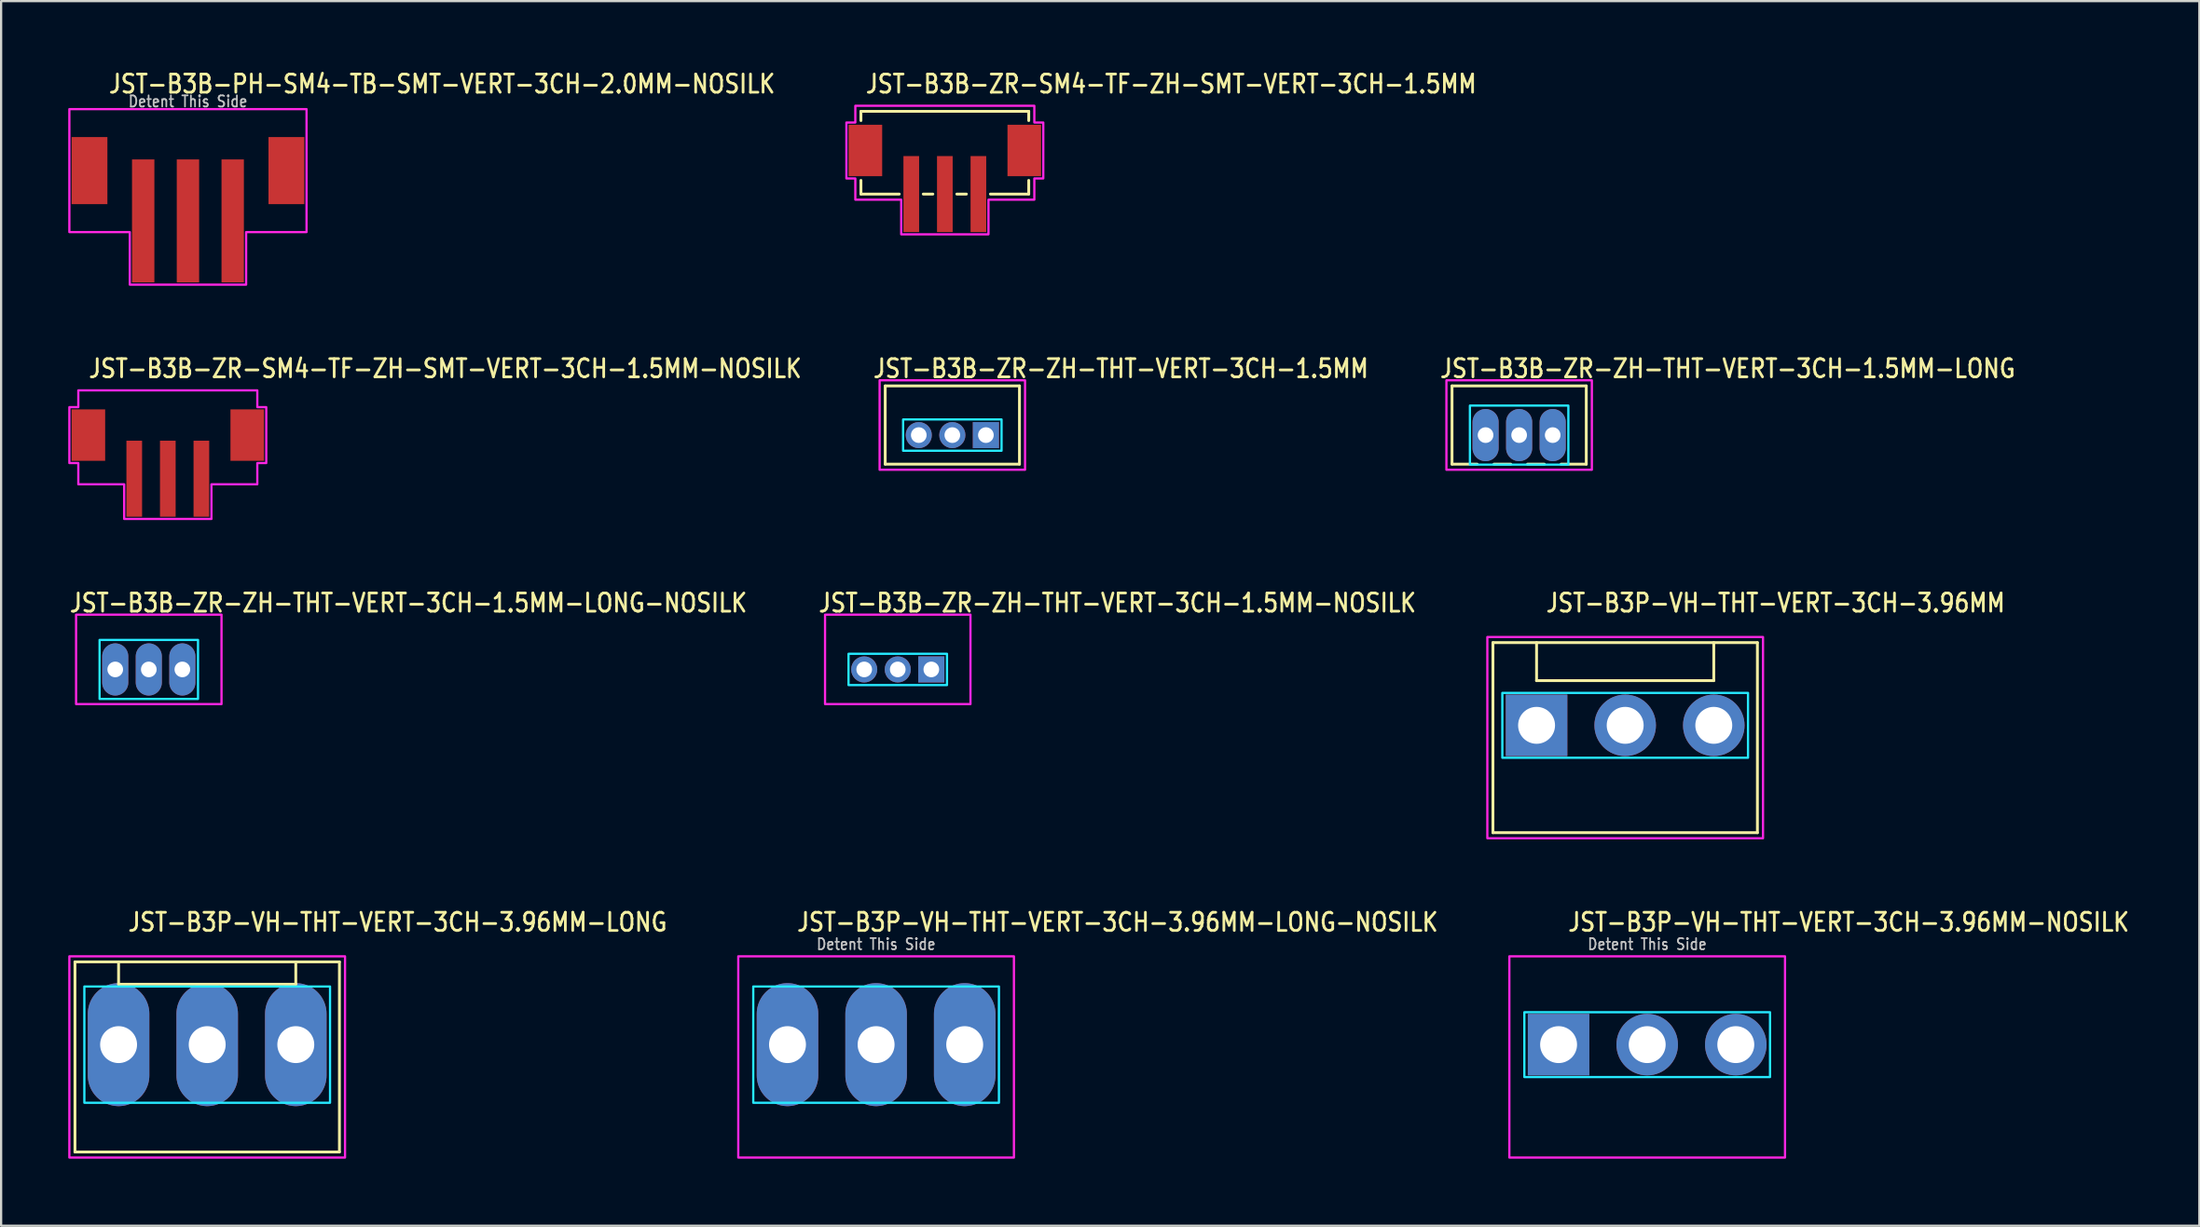
<source format=kicad_pcb>
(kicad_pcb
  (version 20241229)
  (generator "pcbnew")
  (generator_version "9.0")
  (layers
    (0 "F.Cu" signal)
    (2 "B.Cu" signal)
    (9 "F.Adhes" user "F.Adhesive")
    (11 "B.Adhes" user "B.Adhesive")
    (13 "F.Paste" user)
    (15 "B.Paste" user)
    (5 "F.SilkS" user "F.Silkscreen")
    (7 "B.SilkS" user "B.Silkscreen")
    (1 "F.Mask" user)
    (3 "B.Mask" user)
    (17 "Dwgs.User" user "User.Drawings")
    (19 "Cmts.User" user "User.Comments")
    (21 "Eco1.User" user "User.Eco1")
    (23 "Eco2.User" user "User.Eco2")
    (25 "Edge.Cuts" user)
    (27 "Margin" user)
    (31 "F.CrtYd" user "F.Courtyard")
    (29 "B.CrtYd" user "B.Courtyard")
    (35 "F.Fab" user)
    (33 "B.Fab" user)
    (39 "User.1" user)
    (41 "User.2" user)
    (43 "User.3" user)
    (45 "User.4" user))
  (footprint "JST-B3B-ZR-ZH-THT-VERT-3CH-1.5MM-LONG"
    (layer "F.Cu")
    (at 64.844 16.407)
    (property "Reference" "JST-B3B-ZR-ZH-THT-VERT-3CH-1.5MM-LONG" (at -3.6 -2.5 0) (unlocked yes) (layer "F.SilkS") (effects (font (size 0.813 0.695) (thickness 0.122)) (justify left bottom)))
    (fp_line (start -3 -2.2) (end 3 -2.2) (stroke (width 0.127) (type solid)) (layer "F.SilkS"))
    (fp_line (start -3 1.3) (end -3 -2.2) (stroke (width 0.127) (type solid)) (layer "F.SilkS"))
    (fp_line (start -3 1.3) (end -1.875 1.3) (stroke (width 0.127) (type solid)) (layer "F.SilkS"))
    (fp_line (start -1.125 1.3) (end -0.375 1.3) (stroke (width 0.127) (type solid)) (layer "F.SilkS"))
    (fp_line (start 0.375 1.3) (end 1.125 1.3) (stroke (width 0.127) (type solid)) (layer "F.SilkS"))
    (fp_line (start 1.875 1.3) (end 3 1.3) (stroke (width 0.127) (type solid)) (layer "F.SilkS"))
    (fp_line (start 3 -2.2) (end 3 1.3) (stroke (width 0.127) (type solid)) (layer "F.SilkS"))
    (fp_poly (pts (xy -2.2 -1.32) (xy -2.2 1.32) (xy 2.2 1.32) (xy 2.2 -1.32)) (stroke (width 0.1) (type solid)) (fill no) (layer "B.CrtYd"))
    (fp_poly (pts (xy -3.25 -2.45) (xy -3.25 1.55) (xy 3.25 1.55) (xy 3.25 -2.45)) (stroke (width 0.1) (type solid)) (fill no) (layer "F.CrtYd"))
    (pad "P$1" thru_hole oval (at 1.5 0 90) (size 2.333 1.167) (drill 0.7) (layers "*.Cu" "*.Mask"))
    (pad "P$2" thru_hole oval (at 0 0 90) (size 2.333 1.167) (drill 0.7) (layers "*.Cu" "*.Mask"))
    (pad "P$3" thru_hole oval (at -1.5 0 90) (size 2.333 1.167) (drill 0.7) (layers "*.Cu" "*.Mask")))
  (footprint "JST-B3B-ZR-ZH-THT-VERT-3CH-1.5MM-NOSILK"
    (layer "F.Cu")
    (at 37.073 26.886)
    (property "Reference" "JST-B3B-ZR-ZH-THT-VERT-3CH-1.5MM-NOSILK" (at -3.6 -2.5 0) (unlocked yes) (layer "F.SilkS") (effects (font (size 0.813 0.695) (thickness 0.122)) (justify left bottom)))
    (fp_poly (pts (xy -2.2 -0.7) (xy -2.2 0.7) (xy 2.2 0.7) (xy 2.2 -0.7)) (stroke (width 0.1) (type solid)) (fill no) (layer "B.CrtYd"))
    (fp_poly (pts (xy -3.25 -2.45) (xy -3.25 1.55) (xy 3.25 1.55) (xy 3.25 -2.45)) (stroke (width 0.1) (type solid)) (fill no) (layer "F.CrtYd"))
    (pad "1" thru_hole rect (at 1.5 0) (size 1.167 1.167) (drill 0.7) (layers "*.Cu" "*.Mask"))
    (pad "2" thru_hole oval (at 0 0) (size 1.167 1.167) (drill 0.7) (layers "*.Cu" "*.Mask"))
    (pad "3" thru_hole oval (at -1.5 0) (size 1.167 1.167) (drill 0.7) (layers "*.Cu" "*.Mask")))
  (footprint "JST-B3P-VH-THT-VERT-3CH-3.96MM-LONG-NOSILK"
    (layer "F.Cu")
    (at 36.105 43.664)
    (property "Reference" "JST-B3P-VH-THT-VERT-3CH-3.96MM-LONG-NOSILK" (at -3.6 -5 0) (unlocked yes) (layer "F.SilkS") (effects (font (size 0.813 0.695) (thickness 0.122)) (justify left bottom)))
    (fp_poly (pts (xy -5.49 -2.6) (xy -5.49 2.6) (xy 5.49 2.6) (xy 5.49 -2.6)) (stroke (width 0.1) (type solid)) (fill no) (layer "B.CrtYd"))
    (fp_poly (pts (xy -6.16 -3.95) (xy -6.16 5.05) (xy 6.16 5.05) (xy 6.16 -3.95)) (stroke (width 0.1) (type solid)) (fill no) (layer "F.CrtYd"))
    (fp_text user "Detent This Side" (at 0 -4.2 0) (unlocked yes) (layer "Dwgs.User") (effects (font (size 0.5 0.427) (thickness 0.075)) (justify bottom)))
    (pad "1" thru_hole oval (at -3.96 0 90) (size 5.5 2.75) (drill 1.65) (layers "*.Cu" "*.Mask"))
    (pad "2" thru_hole oval (at 0 0 90) (size 5.5 2.75) (drill 1.65) (layers "*.Cu" "*.Mask"))
    (pad "3" thru_hole oval (at 3.96 0 90) (size 5.5 2.75) (drill 1.65) (layers "*.Cu" "*.Mask")))
  (footprint "JST-B3P-VH-THT-VERT-3CH-3.96MM-NOSILK"
    (layer "F.Cu")
    (at 70.567 43.664)
    (property "Reference" "JST-B3P-VH-THT-VERT-3CH-3.96MM-NOSILK" (at -3.6 -5 0) (unlocked yes) (layer "F.SilkS") (effects (font (size 0.813 0.695) (thickness 0.122)) (justify left bottom)))
    (fp_poly (pts (xy -5.49 -1.45) (xy -5.49 1.45) (xy 5.49 1.45) (xy 5.49 -1.45)) (stroke (width 0.1) (type solid)) (fill no) (layer "B.CrtYd"))
    (fp_poly (pts (xy -6.16 -3.95) (xy -6.16 5.05) (xy 6.16 5.05) (xy 6.16 -3.95)) (stroke (width 0.1) (type solid)) (fill no) (layer "F.CrtYd"))
    (fp_text user "Detent This Side" (at 0 -4.2 0) (unlocked yes) (layer "Dwgs.User") (effects (font (size 0.5 0.427) (thickness 0.075)) (justify bottom)))
    (pad "1" thru_hole rect (at -3.96 0) (size 2.75 2.75) (drill 1.65) (layers "*.Cu" "*.Mask"))
    (pad "2" thru_hole oval (at 0 0) (size 2.75 2.75) (drill 1.65) (layers "*.Cu" "*.Mask"))
    (pad "3" thru_hole oval (at 3.96 0) (size 2.75 2.75) (drill 1.65) (layers "*.Cu" "*.Mask")))
  (footprint "JST-B3B-ZR-SM4-TF-ZH-SMT-VERT-3CH-1.5MM"
    (layer "F.Cu")
    (at 39.177 3.679)
    (property "Reference" "JST-B3B-ZR-SM4-TF-ZH-SMT-VERT-3CH-1.5MM" (at -3.6 -2.5 0) (unlocked yes) (layer "F.SilkS") (effects (font (size 0.813 0.695) (thickness 0.122)) (justify left bottom)))
    (fp_line (start -3.75 -1.75) (end -3.75 -1.337) (stroke (width 0.127) (type solid)) (layer "F.SilkS"))
    (fp_line (start -3.75 -1.75) (end 3.75 -1.75) (stroke (width 0.127) (type solid)) (layer "F.SilkS"))
    (fp_line (start -3.75 1.95) (end -3.75 1.337) (stroke (width 0.127) (type solid)) (layer "F.SilkS"))
    (fp_line (start -3.75 1.95) (end -2.037 1.95) (stroke (width 0.127) (type solid)) (layer "F.SilkS"))
    (fp_line (start -0.964 1.95) (end -0.536 1.95) (stroke (width 0.127) (type solid)) (layer "F.SilkS"))
    (fp_line (start 0.536 1.95) (end 0.964 1.95) (stroke (width 0.127) (type solid)) (layer "F.SilkS"))
    (fp_line (start 2.037 1.95) (end 3.75 1.95) (stroke (width 0.127) (type solid)) (layer "F.SilkS"))
    (fp_line (start 3.75 -1.337) (end 3.75 -1.75) (stroke (width 0.127) (type solid)) (layer "F.SilkS"))
    (fp_line (start 3.75 1.337) (end 3.75 1.95) (stroke (width 0.127) (type solid)) (layer "F.SilkS"))
    (fp_poly (pts (xy -4 -2) (xy -4 -1.25) (xy -4.4 -1.25) (xy -4.4 1.25) (xy -4 1.25) (xy -4 2.2) (xy -1.95 2.2) (xy -1.95 3.75) (xy 1.95 3.75) (xy 1.95 2.2) (xy 4 2.2) (xy 4 1.25) (xy 4.4 1.25) (xy 4.4 -1.25) (xy 4 -1.25) (xy 4 -2)) (stroke (width 0.1) (type solid)) (fill no) (layer "F.CrtYd"))
    (pad "1" smd rect (at -1.5 1.95) (size 0.7 3.4) (layers "F.Cu" "F.Mask" "F.Paste"))
    (pad "2" smd rect (at 0 1.95) (size 0.7 3.4) (layers "F.Cu" "F.Mask" "F.Paste"))
    (pad "3" smd rect (at 1.5 1.95) (size 0.7 3.4) (layers "F.Cu" "F.Mask" "F.Paste"))
    (pad "S_4" smd rect (at 3.55 0) (size 1.5 2.3) (layers "F.Cu" "F.Mask" "F.Paste"))
    (pad "S_5" smd rect (at -3.55 0) (size 1.5 2.3) (layers "F.Cu" "F.Mask" "F.Paste")))
  (footprint "JST-B3P-VH-THT-VERT-3CH-3.96MM"
    (layer "F.Cu")
    (at 69.583 29.386)
    (property "Reference" "JST-B3P-VH-THT-VERT-3CH-3.96MM" (at -3.6 -5 0) (unlocked yes) (layer "F.SilkS") (effects (font (size 0.813 0.695) (thickness 0.122)) (justify left bottom)))
    (fp_line (start -5.91 -3.7) (end 5.91 -3.7) (stroke (width 0.127) (type solid)) (layer "F.SilkS"))
    (fp_line (start -5.91 4.8) (end -5.91 -3.7) (stroke (width 0.127) (type solid)) (layer "F.SilkS"))
    (fp_line (start -5.91 4.8) (end 5.91 4.8) (stroke (width 0.127) (type solid)) (layer "F.SilkS"))
    (fp_line (start -3.96 -3.7) (end -3.96 -2) (stroke (width 0.127) (type solid)) (layer "F.SilkS"))
    (fp_line (start -3.96 -2) (end 3.96 -2) (stroke (width 0.127) (type solid)) (layer "F.SilkS"))
    (fp_line (start 3.96 -3.7) (end 3.96 -2) (stroke (width 0.127) (type solid)) (layer "F.SilkS"))
    (fp_line (start 5.91 -3.7) (end 5.91 4.8) (stroke (width 0.127) (type solid)) (layer "F.SilkS"))
    (fp_poly (pts (xy -5.49 -1.45) (xy -5.49 1.45) (xy 5.49 1.45) (xy 5.49 -1.45)) (stroke (width 0.1) (type solid)) (fill no) (layer "B.CrtYd"))
    (fp_poly (pts (xy -6.16 -3.95) (xy -6.16 5.05) (xy 6.16 5.05) (xy 6.16 -3.95)) (stroke (width 0.1) (type solid)) (fill no) (layer "F.CrtYd"))
    (pad "1" thru_hole rect (at -3.96 0) (size 2.75 2.75) (drill 1.65) (layers "*.Cu" "*.Mask"))
    (pad "2" thru_hole oval (at 0 0) (size 2.75 2.75) (drill 1.65) (layers "*.Cu" "*.Mask"))
    (pad "3" thru_hole oval (at 3.96 0) (size 2.75 2.75) (drill 1.65) (layers "*.Cu" "*.Mask")))
  (footprint "JST-B3B-ZR-SM4-TF-ZH-SMT-VERT-3CH-1.5MM-NOSILK"
    (layer "F.Cu")
    (at 4.45 16.407)
    (property "Reference" "JST-B3B-ZR-SM4-TF-ZH-SMT-VERT-3CH-1.5MM-NOSILK" (at -3.6 -2.5 0) (unlocked yes) (layer "F.SilkS") (effects (font (size 0.813 0.695) (thickness 0.122)) (justify left bottom)))
    (fp_poly (pts (xy -4 -2) (xy -4 -1.25) (xy -4.4 -1.25) (xy -4.4 1.25) (xy -4 1.25) (xy -4 2.2) (xy -1.95 2.2) (xy -1.95 3.75) (xy 1.95 3.75) (xy 1.95 2.2) (xy 4 2.2) (xy 4 1.25) (xy 4.4 1.25) (xy 4.4 -1.25) (xy 4 -1.25) (xy 4 -2)) (stroke (width 0.1) (type solid)) (fill no) (layer "F.CrtYd"))
    (pad "1" smd rect (at -1.5 1.95) (size 0.7 3.4) (layers "F.Cu" "F.Mask" "F.Paste"))
    (pad "2" smd rect (at 0 1.95) (size 0.7 3.4) (layers "F.Cu" "F.Mask" "F.Paste"))
    (pad "3" smd rect (at 1.5 1.95) (size 0.7 3.4) (layers "F.Cu" "F.Mask" "F.Paste"))
    (pad "4" smd rect (at 3.55 0) (size 1.5 2.3) (layers "F.Cu" "F.Mask" "F.Paste"))
    (pad "5" smd rect (at -3.55 0) (size 1.5 2.3) (layers "F.Cu" "F.Mask" "F.Paste")))
  (footprint "JST-B3B-ZR-ZH-THT-VERT-3CH-1.5MM-LONG-NOSILK"
    (layer "F.Cu")
    (at 3.6 26.886)
    (property "Reference" "JST-B3B-ZR-ZH-THT-VERT-3CH-1.5MM-LONG-NOSILK" (at -3.6 -2.5 0) (unlocked yes) (layer "F.SilkS") (effects (font (size 0.813 0.695) (thickness 0.122)) (justify left bottom)))
    (fp_poly (pts (xy -2.2 -1.32) (xy -2.2 1.32) (xy 2.2 1.32) (xy 2.2 -1.32)) (stroke (width 0.1) (type solid)) (fill no) (layer "B.CrtYd"))
    (fp_poly (pts (xy -3.25 -2.45) (xy -3.25 1.55) (xy 3.25 1.55) (xy 3.25 -2.45)) (stroke (width 0.1) (type solid)) (fill no) (layer "F.CrtYd"))
    (pad "1" thru_hole oval (at 1.5 0 90) (size 2.333 1.167) (drill 0.7) (layers "*.Cu" "*.Mask"))
    (pad "2" thru_hole oval (at 0 0 90) (size 2.333 1.167) (drill 0.7) (layers "*.Cu" "*.Mask"))
    (pad "3" thru_hole oval (at -1.5 0 90) (size 2.333 1.167) (drill 0.7) (layers "*.Cu" "*.Mask")))
  (footprint "JST-B3B-ZR-ZH-THT-VERT-3CH-1.5MM"
    (layer "F.Cu")
    (at 39.512 16.407)
    (property "Reference" "JST-B3B-ZR-ZH-THT-VERT-3CH-1.5MM" (at -3.6 -2.5 0) (unlocked yes) (layer "F.SilkS") (effects (font (size 0.813 0.695) (thickness 0.122)) (justify left bottom)))
    (fp_line (start -3 -2.2) (end 3 -2.2) (stroke (width 0.127) (type solid)) (layer "F.SilkS"))
    (fp_line (start -3 1.3) (end -3 -2.2) (stroke (width 0.127) (type solid)) (layer "F.SilkS"))
    (fp_line (start -3 1.3) (end 3 1.3) (stroke (width 0.127) (type solid)) (layer "F.SilkS"))
    (fp_line (start 3 -2.2) (end 3 1.3) (stroke (width 0.127) (type solid)) (layer "F.SilkS"))
    (fp_poly (pts (xy -2.2 -0.7) (xy -2.2 0.7) (xy 2.2 0.7) (xy 2.2 -0.7)) (stroke (width 0.1) (type solid)) (fill no) (layer "B.CrtYd"))
    (fp_poly (pts (xy -3.25 -2.45) (xy -3.25 1.55) (xy 3.25 1.55) (xy 3.25 -2.45)) (stroke (width 0.1) (type solid)) (fill no) (layer "F.CrtYd"))
    (pad "1" thru_hole rect (at 1.5 0) (size 1.167 1.167) (drill 0.7) (layers "*.Cu" "*.Mask"))
    (pad "2" thru_hole oval (at 0 0) (size 1.167 1.167) (drill 0.7) (layers "*.Cu" "*.Mask"))
    (pad "3" thru_hole oval (at -1.5 0) (size 1.167 1.167) (drill 0.7) (layers "*.Cu" "*.Mask")))
  (footprint "JST-B3B-PH-SM4-TB-SMT-VERT-3CH-2.0MM-NOSILK"
    (layer "F.Cu")
    (at 5.35 4.579)
    (property "Reference" "JST-B3B-PH-SM4-TB-SMT-VERT-3CH-2.0MM-NOSILK" (at -3.6 -3.4 0) (unlocked yes) (layer "F.SilkS") (effects (font (size 0.813 0.695) (thickness 0.122)) (justify left bottom)))
    (fp_poly (pts (xy -5.3 -2.75) (xy -5.3 2.75) (xy -2.6 2.75) (xy -2.6 5.1) (xy 2.6 5.1) (xy 2.6 2.75) (xy 5.3 2.75) (xy 5.3 -2.75)) (stroke (width 0.1) (type solid)) (fill no) (layer "F.CrtYd"))
    (fp_text user "Detent This Side" (at 0 -2.8 0) (unlocked yes) (layer "Dwgs.User") (effects (font (size 0.5 0.427) (thickness 0.075)) (justify bottom)))
    (pad "1" smd rect (at -2 2.25) (size 1 5.5) (layers "F.Cu" "F.Mask" "F.Paste"))
    (pad "2" smd rect (at 0 2.25) (size 1 5.5) (layers "F.Cu" "F.Mask" "F.Paste"))
    (pad "3" smd rect (at 2 2.25) (size 1 5.5) (layers "F.Cu" "F.Mask" "F.Paste"))
    (pad "S_1" smd rect (at -4.4 0) (size 1.6 3) (layers "F.Cu" "F.Mask" "F.Paste"))
    (pad "S_2" smd rect (at 4.4 0) (size 1.6 3) (layers "F.Cu" "F.Mask" "F.Paste")))
  (footprint "JST-B3P-VH-THT-VERT-3CH-3.96MM-LONG"
    (layer "F.Cu")
    (at 6.21 43.664)
    (property "Reference" "JST-B3P-VH-THT-VERT-3CH-3.96MM-LONG" (at -3.6 -5 0) (unlocked yes) (layer "F.SilkS") (effects (font (size 0.813 0.695) (thickness 0.122)) (justify left bottom)))
    (fp_line (start -5.91 -3.7) (end 5.91 -3.7) (stroke (width 0.127) (type solid)) (layer "F.SilkS"))
    (fp_line (start -5.91 4.8) (end -5.91 -3.7) (stroke (width 0.127) (type solid)) (layer "F.SilkS"))
    (fp_line (start -5.91 4.8) (end 5.91 4.8) (stroke (width 0.127) (type solid)) (layer "F.SilkS"))
    (fp_line (start -3.96 -3.7) (end -3.96 -2.7) (stroke (width 0.127) (type solid)) (layer "F.SilkS"))
    (fp_line (start -3.96 -2.7) (end 3.96 -2.7) (stroke (width 0.127) (type solid)) (layer "F.SilkS"))
    (fp_line (start 3.96 -3.7) (end 3.96 -2.7) (stroke (width 0.127) (type solid)) (layer "F.SilkS"))
    (fp_line (start 5.91 -3.7) (end 5.91 4.8) (stroke (width 0.127) (type solid)) (layer "F.SilkS"))
    (fp_poly (pts (xy -5.49 -2.6) (xy -5.49 2.6) (xy 5.49 2.6) (xy 5.49 -2.6)) (stroke (width 0.1) (type solid)) (fill no) (layer "B.CrtYd"))
    (fp_poly (pts (xy -6.16 -3.95) (xy -6.16 5.05) (xy 6.16 5.05) (xy 6.16 -3.95)) (stroke (width 0.1) (type solid)) (fill no) (layer "F.CrtYd"))
    (pad "1" thru_hole oval (at -3.96 0 90) (size 5.5 2.75) (drill 1.65) (layers "*.Cu" "*.Mask"))
    (pad "2" thru_hole oval (at 0 0 90) (size 5.5 2.75) (drill 1.65) (layers "*.Cu" "*.Mask"))
    (pad "3" thru_hole oval (at 3.96 0 90) (size 5.5 2.75) (drill 1.65) (layers "*.Cu" "*.Mask")))
  (gr_rect
    (start -3 -3)
    (end 95.245 51.764)
    (stroke (width 0.1) (type default))
    (fill no)
    (layer "Edge.Cuts")))
</source>
